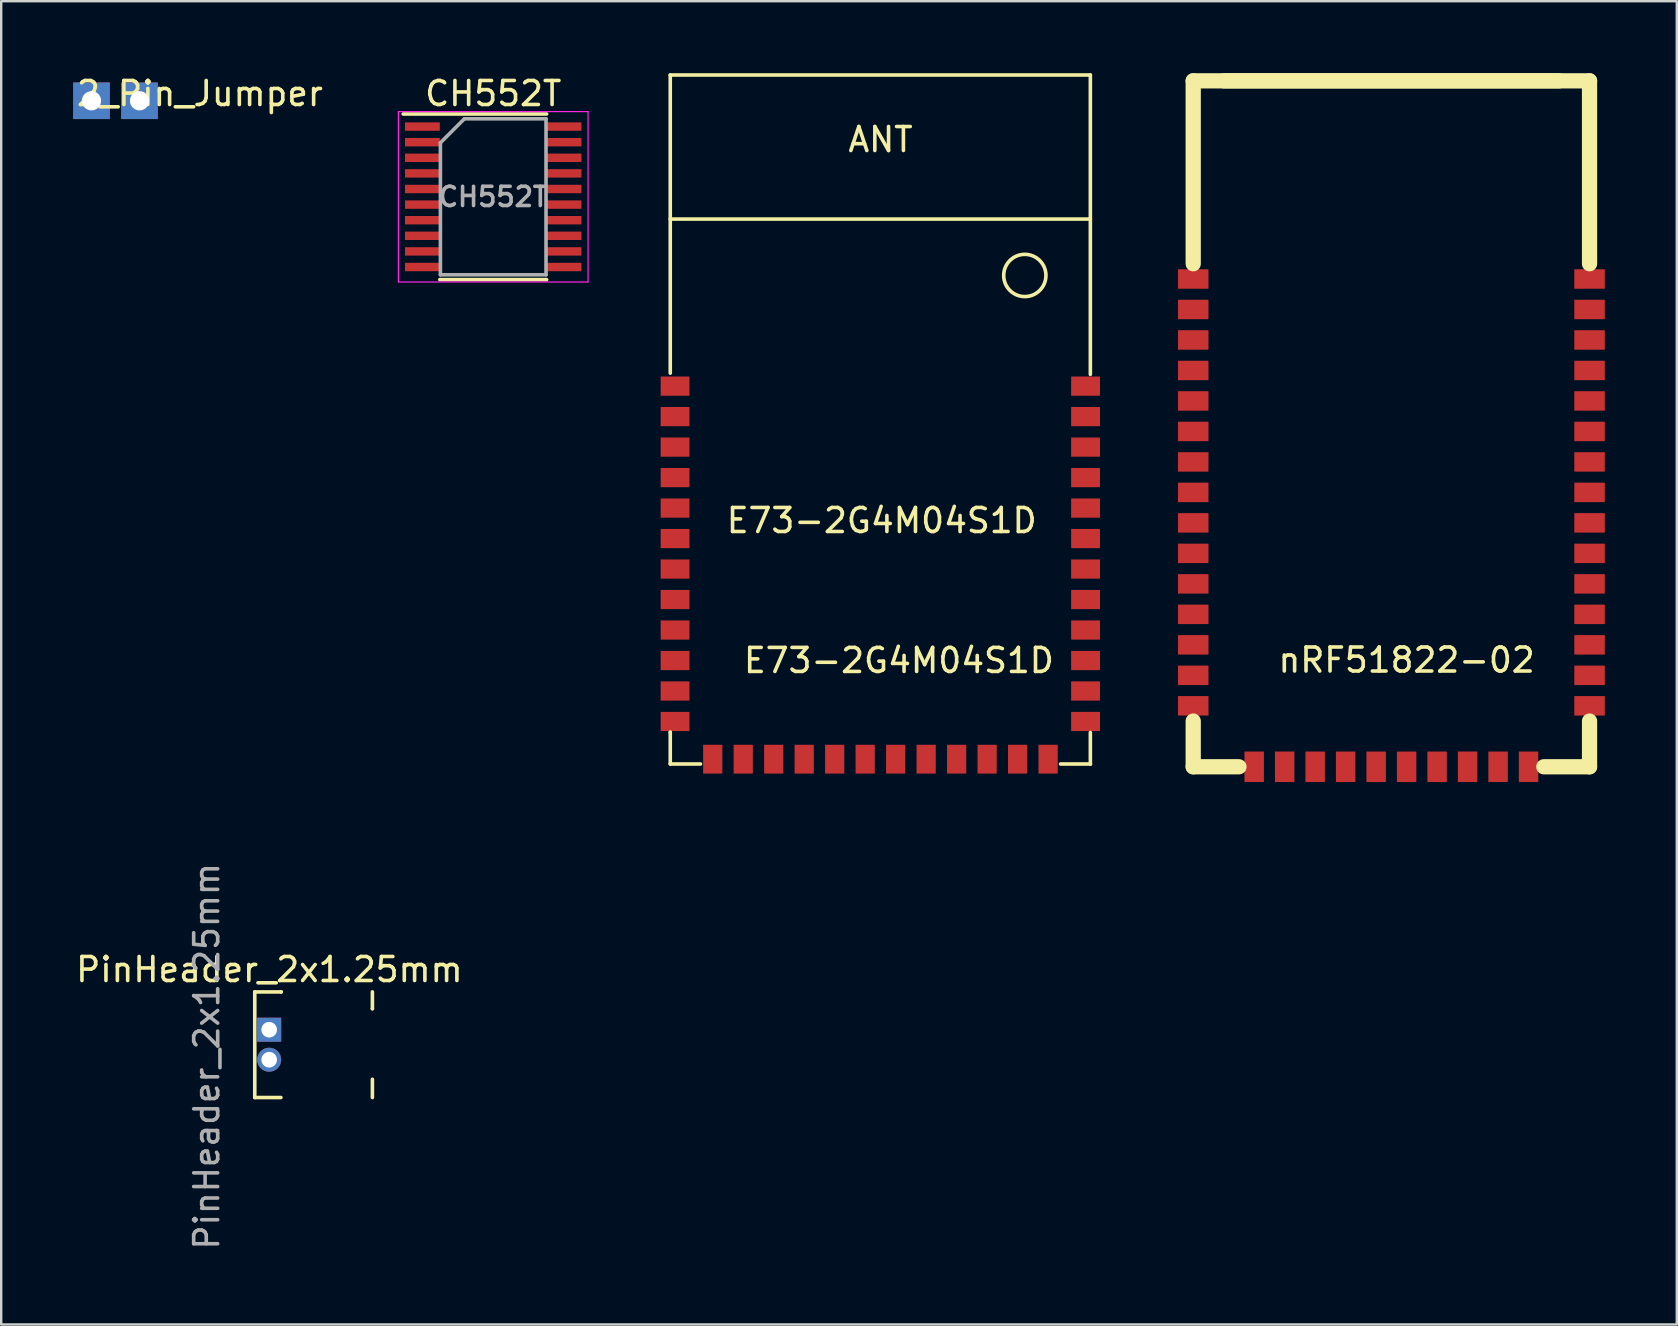
<source format=kicad_pcb>
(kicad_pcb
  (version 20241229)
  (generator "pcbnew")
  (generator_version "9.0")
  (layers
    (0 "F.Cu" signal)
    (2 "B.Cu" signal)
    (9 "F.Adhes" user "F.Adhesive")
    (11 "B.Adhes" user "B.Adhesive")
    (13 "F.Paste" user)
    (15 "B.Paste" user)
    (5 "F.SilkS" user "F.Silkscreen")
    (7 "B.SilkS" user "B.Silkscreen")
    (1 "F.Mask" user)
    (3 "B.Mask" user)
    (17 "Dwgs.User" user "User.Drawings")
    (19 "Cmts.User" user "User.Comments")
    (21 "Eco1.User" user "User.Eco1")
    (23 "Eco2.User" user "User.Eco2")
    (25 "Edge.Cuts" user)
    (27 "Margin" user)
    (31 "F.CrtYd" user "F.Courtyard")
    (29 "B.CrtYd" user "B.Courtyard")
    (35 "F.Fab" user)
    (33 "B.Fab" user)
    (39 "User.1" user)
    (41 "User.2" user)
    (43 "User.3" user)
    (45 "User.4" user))
  (footprint "nRF51822-02"
    (layer "F.Cu")
    (at 46.021 29.527)
    (property "Reference" "nRF51822-02" (at 9.525 -5.08 0) (layer "F.SilkS") (effects (font (size 1 1) (thickness 0.15))))
    (attr through_hole)
    (fp_line (start 0.635 -29.21) (end 0.635 -21.59) (stroke (width 0.635) (type solid)) (layer "F.SilkS"))
    (fp_line (start 0.635 -2.54) (end 0.635 -0.635) (stroke (width 0.635) (type solid)) (layer "F.SilkS"))
    (fp_line (start 0.635 -0.635) (end 2.54 -0.635) (stroke (width 0.635) (type solid)) (layer "F.SilkS"))
    (fp_line (start 15.24 -0.635) (end 17.145 -0.635) (stroke (width 0.635) (type solid)) (layer "F.SilkS"))
    (fp_line (start 15.875 -29.21) (end 1.905 -29.21) (stroke (width 0.635) (type solid)) (layer "F.SilkS"))
    (fp_line (start 17.145 -29.21) (end 0.635 -29.21) (stroke (width 0.635) (type solid)) (layer "F.SilkS"))
    (fp_line (start 17.145 -21.59) (end 17.145 -29.21) (stroke (width 0.635) (type solid)) (layer "F.SilkS"))
    (fp_line (start 17.145 -0.635) (end 17.145 -2.54) (stroke (width 0.635) (type solid)) (layer "F.SilkS"))
    (pad "1" smd rect (at 3.175 -0.635) (size 0.81 1.27) (layers "F.Cu" "F.Mask" "F.Paste"))
    (pad "2" smd rect (at 4.445 -0.635) (size 0.81 1.27) (layers "F.Cu" "F.Mask" "F.Paste"))
    (pad "3" smd rect (at 5.715 -0.635) (size 0.81 1.27) (layers "F.Cu" "F.Mask" "F.Paste"))
    (pad "4" smd rect (at 6.985 -0.635) (size 0.81 1.27) (layers "F.Cu" "F.Mask" "F.Paste"))
    (pad "5" smd rect (at 8.255 -0.635) (size 0.81 1.27) (layers "F.Cu" "F.Mask" "F.Paste"))
    (pad "6" smd rect (at 9.525 -0.635) (size 0.81 1.27) (layers "F.Cu" "F.Mask" "F.Paste"))
    (pad "7" smd rect (at 10.795 -0.635) (size 0.81 1.27) (layers "F.Cu" "F.Mask" "F.Paste"))
    (pad "8" smd rect (at 12.065 -0.635) (size 0.81 1.27) (layers "F.Cu" "F.Mask" "F.Paste"))
    (pad "9" smd rect (at 13.335 -0.635) (size 0.81 1.27) (layers "F.Cu" "F.Mask" "F.Paste"))
    (pad "10" smd rect (at 14.605 -0.635) (size 0.81 1.27) (layers "F.Cu" "F.Mask" "F.Paste"))
    (pad "11" smd rect (at 17.145 -3.175 90) (size 0.81 1.27) (layers "F.Cu" "F.Mask" "F.Paste"))
    (pad "12" smd rect (at 17.145 -4.445 90) (size 0.81 1.27) (layers "F.Cu" "F.Mask" "F.Paste"))
    (pad "13" smd rect (at 17.145 -5.715 90) (size 0.81 1.27) (layers "F.Cu" "F.Mask" "F.Paste"))
    (pad "14" smd rect (at 17.145 -6.985 90) (size 0.81 1.27) (layers "F.Cu" "F.Mask" "F.Paste"))
    (pad "15" smd rect (at 17.145 -8.255 90) (size 0.81 1.27) (layers "F.Cu" "F.Mask" "F.Paste"))
    (pad "16" smd rect (at 17.145 -9.525 90) (size 0.81 1.27) (layers "F.Cu" "F.Mask" "F.Paste"))
    (pad "17" smd rect (at 17.145 -10.795 90) (size 0.81 1.27) (layers "F.Cu" "F.Mask" "F.Paste"))
    (pad "18" smd rect (at 17.145 -12.065 90) (size 0.81 1.27) (layers "F.Cu" "F.Mask" "F.Paste"))
    (pad "19" smd rect (at 17.145 -13.335 90) (size 0.81 1.27) (layers "F.Cu" "F.Mask" "F.Paste"))
    (pad "20" smd rect (at 17.145 -14.605 90) (size 0.81 1.27) (layers "F.Cu" "F.Mask" "F.Paste"))
    (pad "21" smd rect (at 17.145 -15.875 90) (size 0.81 1.27) (layers "F.Cu" "F.Mask" "F.Paste"))
    (pad "22" smd rect (at 17.145 -17.145 90) (size 0.81 1.27) (layers "F.Cu" "F.Mask" "F.Paste"))
    (pad "23" smd rect (at 17.145 -18.415 90) (size 0.81 1.27) (layers "F.Cu" "F.Mask" "F.Paste"))
    (pad "24" smd rect (at 17.145 -19.685 90) (size 0.81 1.27) (layers "F.Cu" "F.Mask" "F.Paste"))
    (pad "25" smd rect (at 17.145 -20.955 90) (size 0.81 1.27) (layers "F.Cu" "F.Mask" "F.Paste"))
    (pad "26" smd rect (at 0.635 -20.955 90) (size 0.81 1.27) (layers "F.Cu" "F.Mask" "F.Paste"))
    (pad "27" smd rect (at 0.635 -19.685 90) (size 0.81 1.27) (layers "F.Cu" "F.Mask" "F.Paste"))
    (pad "28" smd rect (at 0.635 -18.415 90) (size 0.81 1.27) (layers "F.Cu" "F.Mask" "F.Paste"))
    (pad "29" smd rect (at 0.635 -17.145 90) (size 0.81 1.27) (layers "F.Cu" "F.Mask" "F.Paste"))
    (pad "30" smd rect (at 0.635 -15.875 90) (size 0.81 1.27) (layers "F.Cu" "F.Mask" "F.Paste"))
    (pad "31" smd rect (at 0.635 -14.605 90) (size 0.81 1.27) (layers "F.Cu" "F.Mask" "F.Paste"))
    (pad "32" smd rect (at 0.635 -13.335 90) (size 0.81 1.27) (layers "F.Cu" "F.Mask" "F.Paste"))
    (pad "33" smd rect (at 0.635 -12.065 90) (size 0.81 1.27) (layers "F.Cu" "F.Mask" "F.Paste"))
    (pad "34" smd rect (at 0.635 -10.795 90) (size 0.81 1.27) (layers "F.Cu" "F.Mask" "F.Paste"))
    (pad "35" smd rect (at 0.635 -9.525 90) (size 0.81 1.27) (layers "F.Cu" "F.Mask" "F.Paste"))
    (pad "36" smd rect (at 0.635 -8.255 90) (size 0.81 1.27) (layers "F.Cu" "F.Mask" "F.Paste"))
    (pad "37" smd rect (at 0.635 -6.985 90) (size 0.81 1.27) (layers "F.Cu" "F.Mask" "F.Paste"))
    (pad "38" smd rect (at 0.635 -5.715 90) (size 0.81 1.27) (layers "F.Cu" "F.Mask" "F.Paste"))
    (pad "39" smd rect (at 0.635 -4.445 90) (size 0.81 1.27) (layers "F.Cu" "F.Mask" "F.Paste"))
    (pad "40" smd rect (at 0.635 -3.175 90) (size 0.81 1.27) (layers "F.Cu" "F.Mask" "F.Paste")))
  (footprint "CH552T"
    (layer "F.Cu")
    (at 17.496 5.148)
    (property "Reference" "CH552T" (at 0 -4.3 0) (layer "F.SilkS") (effects (font (size 1 1) (thickness 0.15))))
    (attr smd)
    (fp_line (start -3.75 -3.45) (end 2.225 -3.45) (stroke (width 0.15) (type solid)) (layer "F.SilkS"))
    (fp_line (start -2.225 3.45) (end 2.225 3.45) (stroke (width 0.15) (type solid)) (layer "F.SilkS"))
    (fp_line (start -3.95 -3.55) (end -3.95 3.55) (stroke (width 0.05) (type solid)) (layer "F.CrtYd"))
    (fp_line (start -3.95 -3.55) (end 3.95 -3.55) (stroke (width 0.05) (type solid)) (layer "F.CrtYd"))
    (fp_line (start -3.95 3.55) (end 3.95 3.55) (stroke (width 0.05) (type solid)) (layer "F.CrtYd"))
    (fp_line (start 3.95 -3.55) (end 3.95 3.55) (stroke (width 0.05) (type solid)) (layer "F.CrtYd"))
    (fp_line (start -2.2 -2.25) (end -1.2 -3.25) (stroke (width 0.15) (type solid)) (layer "F.Fab"))
    (fp_line (start -2.2 3.25) (end -2.2 -2.25) (stroke (width 0.15) (type solid)) (layer "F.Fab"))
    (fp_line (start -1.2 -3.25) (end 2.2 -3.25) (stroke (width 0.15) (type solid)) (layer "F.Fab"))
    (fp_line (start 2.2 -3.25) (end 2.2 3.25) (stroke (width 0.15) (type solid)) (layer "F.Fab"))
    (fp_line (start 2.2 3.25) (end -2.2 3.25) (stroke (width 0.15) (type solid)) (layer "F.Fab"))
    (fp_text user "CH552T" (at 0 0 0) (layer "F.Fab") (effects (font (size 0.8 0.8) (thickness 0.15))))
    (pad "1" smd rect (at -2.95 -2.925) (size 1.45 0.35) (layers "F.Cu" "F.Mask" "F.Paste"))
    (pad "2" smd rect (at -2.95 -2.275) (size 1.45 0.35) (layers "F.Cu" "F.Mask" "F.Paste"))
    (pad "3" smd rect (at -2.95 -1.625) (size 1.45 0.35) (layers "F.Cu" "F.Mask" "F.Paste"))
    (pad "4" smd rect (at -2.95 -0.975) (size 1.45 0.35) (layers "F.Cu" "F.Mask" "F.Paste"))
    (pad "5" smd rect (at -2.95 -0.325) (size 1.45 0.35) (layers "F.Cu" "F.Mask" "F.Paste"))
    (pad "6" smd rect (at -2.95 0.325) (size 1.45 0.35) (layers "F.Cu" "F.Mask" "F.Paste"))
    (pad "7" smd rect (at -2.95 0.975) (size 1.45 0.35) (layers "F.Cu" "F.Mask" "F.Paste"))
    (pad "8" smd rect (at -2.95 1.625) (size 1.45 0.35) (layers "F.Cu" "F.Mask" "F.Paste"))
    (pad "9" smd rect (at -2.95 2.275) (size 1.45 0.35) (layers "F.Cu" "F.Mask" "F.Paste"))
    (pad "10" smd rect (at -2.95 2.925) (size 1.45 0.35) (layers "F.Cu" "F.Mask" "F.Paste"))
    (pad "11" smd rect (at 2.95 2.925) (size 1.45 0.35) (layers "F.Cu" "F.Mask" "F.Paste"))
    (pad "12" smd rect (at 2.95 2.275) (size 1.45 0.35) (layers "F.Cu" "F.Mask" "F.Paste"))
    (pad "13" smd rect (at 2.95 1.625) (size 1.45 0.35) (layers "F.Cu" "F.Mask" "F.Paste"))
    (pad "14" smd rect (at 2.95 0.975) (size 1.45 0.35) (layers "F.Cu" "F.Mask" "F.Paste"))
    (pad "15" smd rect (at 2.95 0.325) (size 1.45 0.35) (layers "F.Cu" "F.Mask" "F.Paste"))
    (pad "16" smd rect (at 2.95 -0.325) (size 1.45 0.35) (layers "F.Cu" "F.Mask" "F.Paste"))
    (pad "17" smd rect (at 2.95 -0.975) (size 1.45 0.35) (layers "F.Cu" "F.Mask" "F.Paste"))
    (pad "18" smd rect (at 2.95 -1.625) (size 1.45 0.35) (layers "F.Cu" "F.Mask" "F.Paste"))
    (pad "19" smd rect (at 2.95 -2.275) (size 1.45 0.35) (layers "F.Cu" "F.Mask" "F.Paste"))
    (pad "20" smd rect (at 2.95 -2.925) (size 1.45 0.35) (layers "F.Cu" "F.Mask" "F.Paste")))
  (footprint "PinHeader_2x1.25mm"
    (layer "F.Cu")
    (at 8.163 40.47)
    (property "Reference" "PinHeader_2x1.25mm" (at 0.01 -3.13 0) (layer "F.SilkS") (effects (font (size 1 1) (thickness 0.15))))
    (attr through_hole)
    (fp_line (start -0.6 -2.2) (end -0.6 2.2) (stroke (width 0.15) (type solid)) (layer "F.SilkS"))
    (fp_line (start -0.6 -2.2) (end 0.5 -2.2) (stroke (width 0.15) (type solid)) (layer "F.SilkS"))
    (fp_line (start -0.6 2.2) (end 0.49 2.2) (stroke (width 0.15) (type solid)) (layer "F.SilkS"))
    (fp_line (start 0.5 -2.2) (end 0.5 -2.2) (stroke (width 0.15) (type solid)) (layer "F.SilkS"))
    (fp_line (start 4.3 -2.2) (end 4.3 -1.5) (stroke (width 0.15) (type solid)) (layer "F.SilkS"))
    (fp_line (start 4.3 -1.5) (end 4.3 -1.5) (stroke (width 0.15) (type solid)) (layer "F.SilkS"))
    (fp_line (start 4.3 1.44) (end 4.3 2.2) (stroke (width 0.15) (type solid)) (layer "F.SilkS"))
    (fp_text user "${REFERENCE}" (at -2.6 0.48 90) (layer "F.Fab") (effects (font (size 1 1) (thickness 0.15))))
    (pad "1" thru_hole rect (at 0 -0.625) (size 1 1) (drill 0.65) (layers "*.Cu" "*.Mask"))
    (pad "2" thru_hole oval (at 0 0.625) (size 1 1) (drill 0.65) (layers "*.Cu" "*.Mask")))
  (footprint "2_Pin_Jumper"
    (layer "F.Cu")
    (at 1.772 3.328)
    (property "Reference" "2_Pin_Jumper" (at 3.505 -2.48 0) (layer "F.SilkS") (effects (font (size 1 1) (thickness 0.15))))
    (attr through_hole)
    (pad "1" thru_hole rect (at -1.01 -2.18) (size 1.524 1.524) (drill 0.8) (layers "*.Cu" "*.Mask"))
    (pad "2" thru_hole rect (at 0.99 -2.18) (size 1.524 1.524) (drill 0.8) (layers "*.Cu" "*.Mask")))
  (footprint "E73-2G4M04S1D"
    (layer "F.Cu")
    (at 24.871 28.775)
    (property "Reference" "E73-2G4M04S1D" (at 9.525 -4.31 0) (layer "F.SilkS") (effects (font (size 1 1) (thickness 0.15))))
    (attr through_hole)
    (fp_line (start 0 -28.7) (end 17.5 -28.7) (stroke (width 0.15) (type solid)) (layer "F.SilkS"))
    (fp_line (start 0 -22.7) (end 17.5 -22.7) (stroke (width 0.15) (type solid)) (layer "F.SilkS"))
    (fp_line (start 0 -16.28) (end 0 -28.7) (stroke (width 0.15) (type solid)) (layer "F.SilkS"))
    (fp_line (start 0 -1.32) (end 0 -1.32) (stroke (width 0.15) (type solid)) (layer "F.SilkS"))
    (fp_line (start 0 0) (end 0 -1.32) (stroke (width 0.15) (type solid)) (layer "F.SilkS"))
    (fp_line (start 0 0) (end 1.26 0) (stroke (width 0.15) (type solid)) (layer "F.SilkS"))
    (fp_line (start 16.26 0) (end 17.5 0) (stroke (width 0.15) (type solid)) (layer "F.SilkS"))
    (fp_line (start 17.5 -16.23) (end 17.5 -28.7) (stroke (width 0.15) (type solid)) (layer "F.SilkS"))
    (fp_line (start 17.5 0) (end 17.5 -1.31) (stroke (width 0.15) (type solid)) (layer "F.SilkS"))
    (fp_line (start 17.5 0) (end 17.5 0) (stroke (width 0.15) (type solid)) (layer "F.SilkS"))
    (fp_line (start 17.5 0) (end 17.5 0) (stroke (width 0.15) (type solid)) (layer "F.SilkS"))
    (fp_circle (center 14.77 -20.35) (end 15.52 -19.89) (stroke (width 0.15) (type solid)) (fill no) (layer "F.SilkS"))
    (fp_text user "ANT" (at 8.76 -26.01 0) (layer "F.SilkS") (effects (font (size 1 1) (thickness 0.15))))
    (fp_text user "E73-2G4M04S1D" (at 8.81 -10.14 0) (layer "F.SilkS") (effects (font (size 1 1) (thickness 0.15))))
    (pad "1" smd rect (at 0.2 -15.74 270) (size 0.8 1.2) (layers "F.Cu" "F.Mask" "F.Paste"))
    (pad "2" smd rect (at 0.2 -14.47 270) (size 0.8 1.2) (layers "F.Cu" "F.Mask" "F.Paste"))
    (pad "3" smd rect (at 0.2 -13.2 270) (size 0.8 1.2) (layers "F.Cu" "F.Mask" "F.Paste"))
    (pad "4" smd rect (at 0.2 -11.93 270) (size 0.8 1.2) (layers "F.Cu" "F.Mask" "F.Paste"))
    (pad "5" smd rect (at 0.2 -10.66 270) (size 0.8 1.2) (layers "F.Cu" "F.Mask" "F.Paste"))
    (pad "6" smd rect (at 0.2 -9.39 270) (size 0.8 1.2) (layers "F.Cu" "F.Mask" "F.Paste"))
    (pad "7" smd rect (at 0.2 -8.12 270) (size 0.8 1.2) (layers "F.Cu" "F.Mask" "F.Paste"))
    (pad "8" smd rect (at 0.2 -6.85 270) (size 0.8 1.2) (layers "F.Cu" "F.Mask" "F.Paste"))
    (pad "9" smd rect (at 0.2 -5.58 270) (size 0.8 1.2) (layers "F.Cu" "F.Mask" "F.Paste"))
    (pad "10" smd rect (at 0.2 -4.31 270) (size 0.8 1.2) (layers "F.Cu" "F.Mask" "F.Paste"))
    (pad "11" smd rect (at 0.2 -3.04 270) (size 0.8 1.2) (layers "F.Cu" "F.Mask" "F.Paste"))
    (pad "12" smd rect (at 0.2 -1.77 270) (size 0.8 1.2) (layers "F.Cu" "F.Mask" "F.Paste"))
    (pad "13" smd rect (at 1.77 -0.2 180) (size 0.8 1.2) (layers "F.Cu" "F.Mask" "F.Paste"))
    (pad "14" smd rect (at 3.04 -0.2 180) (size 0.8 1.2) (layers "F.Cu" "F.Mask" "F.Paste"))
    (pad "15" smd rect (at 4.31 -0.2 180) (size 0.8 1.2) (layers "F.Cu" "F.Mask" "F.Paste"))
    (pad "16" smd rect (at 5.58 -0.2 180) (size 0.8 1.2) (layers "F.Cu" "F.Mask" "F.Paste"))
    (pad "17" smd rect (at 6.85 -0.2 180) (size 0.8 1.2) (layers "F.Cu" "F.Mask" "F.Paste"))
    (pad "18" smd rect (at 8.12 -0.2 180) (size 0.8 1.2) (layers "F.Cu" "F.Mask" "F.Paste"))
    (pad "19" smd rect (at 9.39 -0.2 180) (size 0.8 1.2) (layers "F.Cu" "F.Mask" "F.Paste"))
    (pad "20" smd rect (at 10.66 -0.2 180) (size 0.8 1.2) (layers "F.Cu" "F.Mask" "F.Paste"))
    (pad "21" smd rect (at 11.93 -0.2 180) (size 0.8 1.2) (layers "F.Cu" "F.Mask" "F.Paste"))
    (pad "22" smd rect (at 13.2 -0.2 180) (size 0.8 1.2) (layers "F.Cu" "F.Mask" "F.Paste"))
    (pad "23" smd rect (at 14.47 -0.2 180) (size 0.8 1.2) (layers "F.Cu" "F.Mask" "F.Paste"))
    (pad "24" smd rect (at 15.74 -0.2 180) (size 0.8 1.2) (layers "F.Cu" "F.Mask" "F.Paste"))
    (pad "25" smd rect (at 17.3 -1.77 270) (size 0.8 1.2) (layers "F.Cu" "F.Mask" "F.Paste"))
    (pad "26" smd rect (at 17.3 -3.04 270) (size 0.8 1.2) (layers "F.Cu" "F.Mask" "F.Paste"))
    (pad "27" smd rect (at 17.3 -4.31 270) (size 0.8 1.2) (layers "F.Cu" "F.Mask" "F.Paste"))
    (pad "28" smd rect (at 17.3 -5.58 270) (size 0.8 1.2) (layers "F.Cu" "F.Mask" "F.Paste"))
    (pad "29" smd rect (at 17.3 -6.85 270) (size 0.8 1.2) (layers "F.Cu" "F.Mask" "F.Paste"))
    (pad "30" smd rect (at 17.3 -8.12 270) (size 0.8 1.2) (layers "F.Cu" "F.Mask" "F.Paste"))
    (pad "31" smd rect (at 17.3 -9.39 270) (size 0.8 1.2) (layers "F.Cu" "F.Mask" "F.Paste"))
    (pad "32" smd rect (at 17.3 -10.66 270) (size 0.8 1.2) (layers "F.Cu" "F.Mask" "F.Paste"))
    (pad "33" smd rect (at 17.3 -11.93 270) (size 0.8 1.2) (layers "F.Cu" "F.Mask" "F.Paste"))
    (pad "34" smd rect (at 17.3 -13.2 270) (size 0.8 1.2) (layers "F.Cu" "F.Mask" "F.Paste"))
    (pad "35" smd rect (at 17.3 -14.47 270) (size 0.8 1.2) (layers "F.Cu" "F.Mask" "F.Paste"))
    (pad "36" smd rect (at 17.3 -15.74 270) (size 0.8 1.2) (layers "F.Cu" "F.Mask" "F.Paste")))
  (gr_rect
    (start -3 -3)
    (end 66.801 52.123)
    (stroke (width 0.1) (type default))
    (fill no)
    (layer "Edge.Cuts")))
</source>
